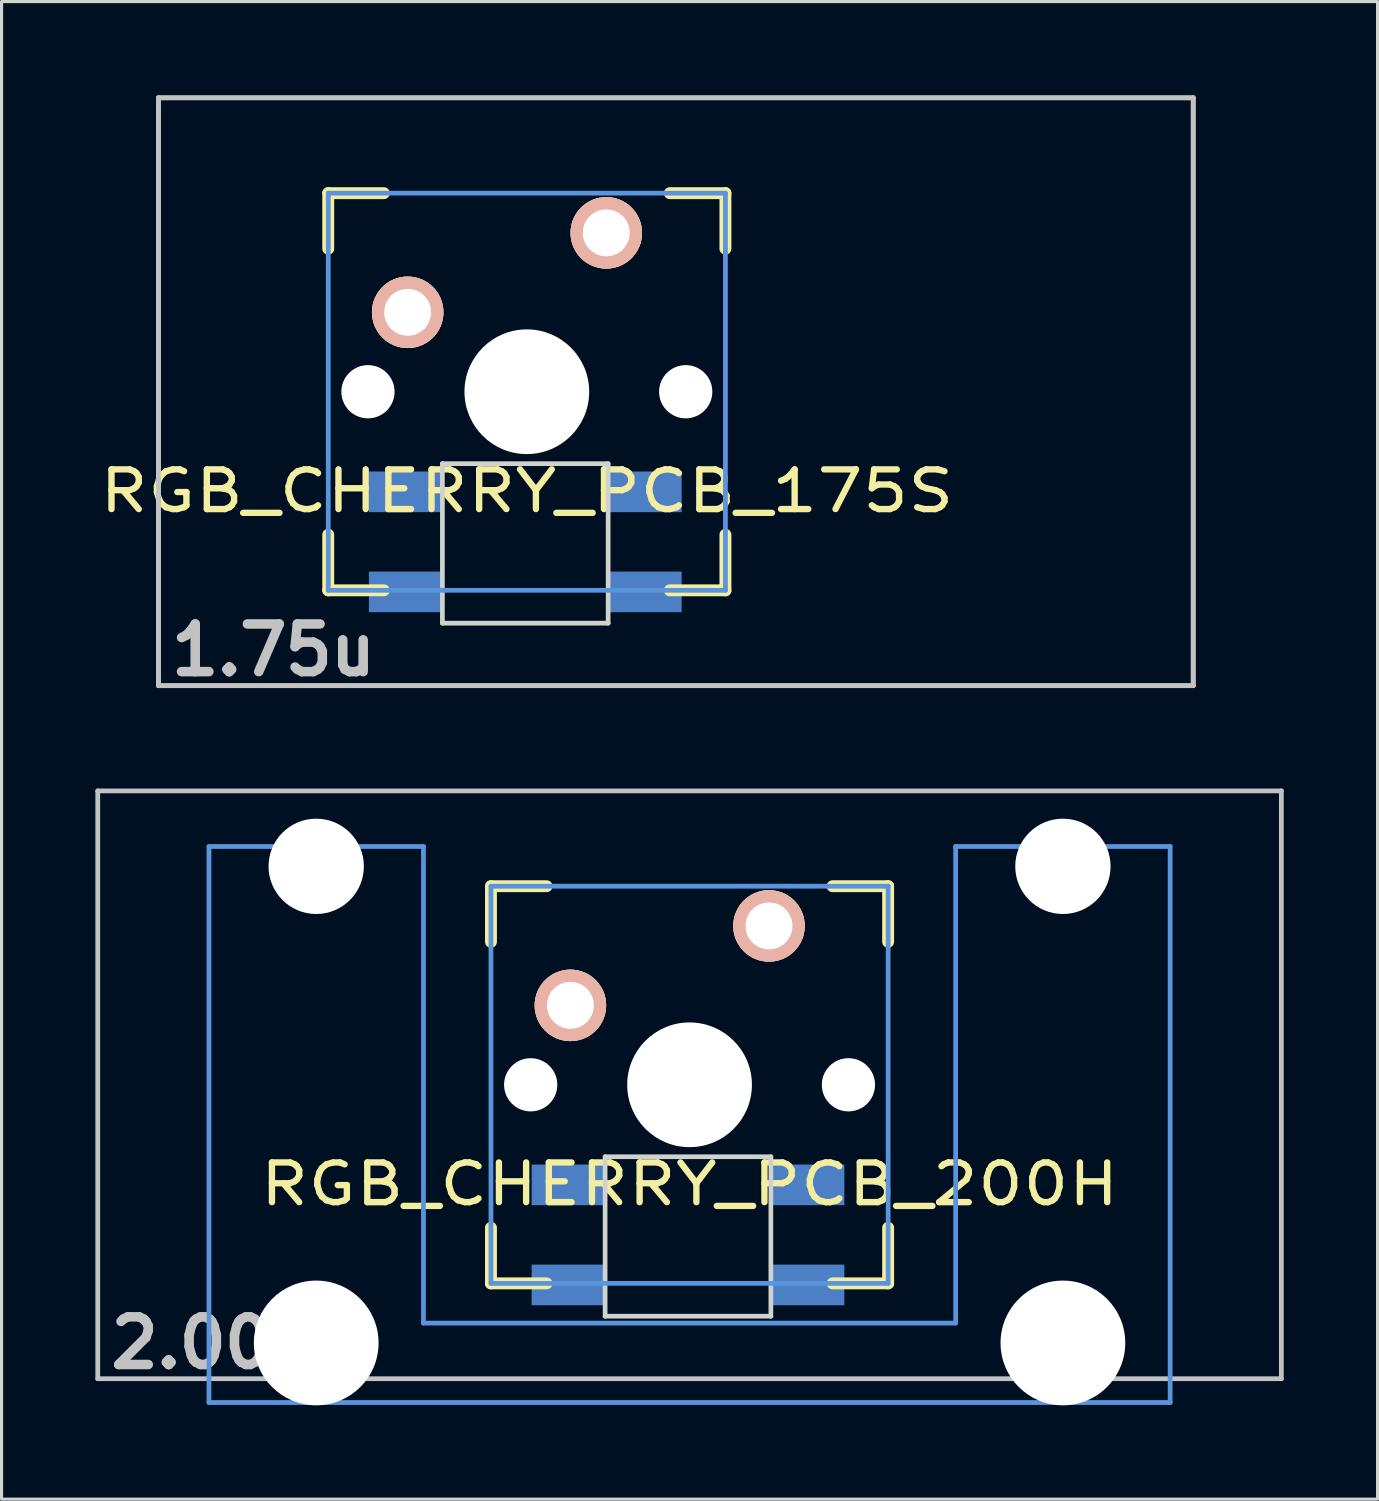
<source format=kicad_pcb>
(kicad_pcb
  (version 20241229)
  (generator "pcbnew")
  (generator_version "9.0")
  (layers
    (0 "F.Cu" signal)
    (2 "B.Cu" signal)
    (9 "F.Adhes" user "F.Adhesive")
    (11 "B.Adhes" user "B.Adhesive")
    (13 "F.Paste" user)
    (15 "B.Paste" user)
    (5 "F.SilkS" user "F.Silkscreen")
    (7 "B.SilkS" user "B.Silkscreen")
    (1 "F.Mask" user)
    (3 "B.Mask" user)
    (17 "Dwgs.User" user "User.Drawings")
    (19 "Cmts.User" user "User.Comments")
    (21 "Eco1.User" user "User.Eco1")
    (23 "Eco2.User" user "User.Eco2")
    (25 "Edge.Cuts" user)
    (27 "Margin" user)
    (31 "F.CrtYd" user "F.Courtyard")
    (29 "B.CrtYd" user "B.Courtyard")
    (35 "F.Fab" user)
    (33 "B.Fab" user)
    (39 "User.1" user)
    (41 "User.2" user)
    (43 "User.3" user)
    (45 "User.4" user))
  (footprint "RGB_CHERRY_PCB_200H"
    (layer "F.Cu")
    (at 18.999 31.637)
    (property "Reference" "RGB_CHERRY_PCB_200H" (at 0 3.175 0) (layer "F.SilkS") (effects (font (size 1.27 1.524) (thickness 0.203))))
    (attr through_hole)
    (fp_line (start -6.35 -6.35) (end -4.572 -6.35) (stroke (width 0.381) (type solid)) (layer "F.SilkS"))
    (fp_line (start -6.35 -4.572) (end -6.35 -6.35) (stroke (width 0.381) (type solid)) (layer "F.SilkS"))
    (fp_line (start -6.35 6.35) (end -6.35 4.572) (stroke (width 0.381) (type solid)) (layer "F.SilkS"))
    (fp_line (start -4.572 6.35) (end -6.35 6.35) (stroke (width 0.381) (type solid)) (layer "F.SilkS"))
    (fp_line (start 4.572 -6.35) (end 6.35 -6.35) (stroke (width 0.381) (type solid)) (layer "F.SilkS"))
    (fp_line (start 6.35 -6.35) (end 6.35 -4.572) (stroke (width 0.381) (type solid)) (layer "F.SilkS"))
    (fp_line (start 6.35 4.572) (end 6.35 6.35) (stroke (width 0.381) (type solid)) (layer "F.SilkS"))
    (fp_line (start 6.35 6.35) (end 4.572 6.35) (stroke (width 0.381) (type solid)) (layer "F.SilkS"))
    (fp_line (start -18.923 -9.398) (end 18.923 -9.398) (stroke (width 0.152) (type solid)) (layer "Dwgs.User"))
    (fp_line (start -18.923 9.398) (end -18.923 -9.398) (stroke (width 0.152) (type solid)) (layer "Dwgs.User"))
    (fp_line (start 18.923 -9.398) (end 18.923 9.398) (stroke (width 0.152) (type solid)) (layer "Dwgs.User"))
    (fp_line (start 18.923 9.398) (end -18.923 9.398) (stroke (width 0.152) (type solid)) (layer "Dwgs.User"))
    (fp_line (start -15.367 -7.62) (end -15.367 10.16) (stroke (width 0.152) (type solid)) (layer "Cmts.User"))
    (fp_line (start -15.367 10.16) (end 15.367 10.16) (stroke (width 0.152) (type solid)) (layer "Cmts.User"))
    (fp_line (start -8.509 -7.62) (end -15.367 -7.62) (stroke (width 0.152) (type solid)) (layer "Cmts.User"))
    (fp_line (start -8.509 7.62) (end -8.509 -7.62) (stroke (width 0.152) (type solid)) (layer "Cmts.User"))
    (fp_line (start -6.35 -6.35) (end 6.35 -6.35) (stroke (width 0.152) (type solid)) (layer "Cmts.User"))
    (fp_line (start -6.35 6.35) (end -6.35 -6.35) (stroke (width 0.152) (type solid)) (layer "Cmts.User"))
    (fp_line (start 6.35 -6.35) (end 6.35 6.35) (stroke (width 0.152) (type solid)) (layer "Cmts.User"))
    (fp_line (start 6.35 6.35) (end -6.35 6.35) (stroke (width 0.152) (type solid)) (layer "Cmts.User"))
    (fp_line (start 8.509 -7.62) (end 8.509 7.62) (stroke (width 0.152) (type solid)) (layer "Cmts.User"))
    (fp_line (start 8.509 7.62) (end -8.509 7.62) (stroke (width 0.152) (type solid)) (layer "Cmts.User"))
    (fp_line (start 15.367 -7.62) (end 8.509 -7.62) (stroke (width 0.152) (type solid)) (layer "Cmts.User"))
    (fp_line (start 15.367 10.16) (end 15.367 -7.62) (stroke (width 0.152) (type solid)) (layer "Cmts.User"))
    (fp_line (start -16.129 -2.286) (end -15.265 -2.286) (stroke (width 0.152) (type solid)) (layer "Eco2.User"))
    (fp_line (start -16.129 0.508) (end -16.129 -2.286) (stroke (width 0.152) (type solid)) (layer "Eco2.User"))
    (fp_line (start -15.265 -5.69) (end -8.611 -5.69) (stroke (width 0.152) (type solid)) (layer "Eco2.User"))
    (fp_line (start -15.265 -2.286) (end -15.265 -5.69) (stroke (width 0.152) (type solid)) (layer "Eco2.User"))
    (fp_line (start -15.265 0.508) (end -16.129 0.508) (stroke (width 0.152) (type solid)) (layer "Eco2.User"))
    (fp_line (start -15.265 6.604) (end -15.265 0.508) (stroke (width 0.152) (type solid)) (layer "Eco2.User"))
    (fp_line (start -14.224 6.604) (end -15.265 6.604) (stroke (width 0.152) (type solid)) (layer "Eco2.User"))
    (fp_line (start -14.224 7.772) (end -14.224 6.604) (stroke (width 0.152) (type solid)) (layer "Eco2.User"))
    (fp_line (start -9.652 6.604) (end -9.652 7.772) (stroke (width 0.152) (type solid)) (layer "Eco2.User"))
    (fp_line (start -9.652 7.772) (end -14.224 7.772) (stroke (width 0.152) (type solid)) (layer "Eco2.User"))
    (fp_line (start -8.611 -5.69) (end -8.611 -4.877) (stroke (width 0.152) (type solid)) (layer "Eco2.User"))
    (fp_line (start -8.611 -4.877) (end -6.985 -4.877) (stroke (width 0.152) (type solid)) (layer "Eco2.User"))
    (fp_line (start -8.611 5.817) (end -8.611 6.604) (stroke (width 0.152) (type solid)) (layer "Eco2.User"))
    (fp_line (start -8.611 6.604) (end -9.652 6.604) (stroke (width 0.152) (type solid)) (layer "Eco2.User"))
    (fp_line (start -6.985 -6.985) (end 6.985 -6.985) (stroke (width 0.152) (type solid)) (layer "Eco2.User"))
    (fp_line (start -6.985 -4.877) (end -6.985 -6.985) (stroke (width 0.152) (type solid)) (layer "Eco2.User"))
    (fp_line (start -6.985 5.817) (end -8.611 5.817) (stroke (width 0.152) (type solid)) (layer "Eco2.User"))
    (fp_line (start -6.985 6.985) (end -6.985 5.817) (stroke (width 0.152) (type solid)) (layer "Eco2.User"))
    (fp_line (start 6.985 -6.985) (end 6.985 -4.877) (stroke (width 0.152) (type solid)) (layer "Eco2.User"))
    (fp_line (start 6.985 -4.877) (end 8.611 -4.877) (stroke (width 0.152) (type solid)) (layer "Eco2.User"))
    (fp_line (start 6.985 5.817) (end 6.985 6.985) (stroke (width 0.152) (type solid)) (layer "Eco2.User"))
    (fp_line (start 6.985 6.985) (end -6.985 6.985) (stroke (width 0.152) (type solid)) (layer "Eco2.User"))
    (fp_line (start 8.611 -5.69) (end 15.265 -5.69) (stroke (width 0.152) (type solid)) (layer "Eco2.User"))
    (fp_line (start 8.611 -4.877) (end 8.611 -5.69) (stroke (width 0.152) (type solid)) (layer "Eco2.User"))
    (fp_line (start 8.611 5.817) (end 6.985 5.817) (stroke (width 0.152) (type solid)) (layer "Eco2.User"))
    (fp_line (start 8.611 6.604) (end 8.611 5.817) (stroke (width 0.152) (type solid)) (layer "Eco2.User"))
    (fp_line (start 9.652 6.604) (end 8.611 6.604) (stroke (width 0.152) (type solid)) (layer "Eco2.User"))
    (fp_line (start 9.652 7.772) (end 9.652 6.604) (stroke (width 0.152) (type solid)) (layer "Eco2.User"))
    (fp_line (start 14.224 6.604) (end 14.224 7.772) (stroke (width 0.152) (type solid)) (layer "Eco2.User"))
    (fp_line (start 14.224 7.772) (end 9.652 7.772) (stroke (width 0.152) (type solid)) (layer "Eco2.User"))
    (fp_line (start 15.265 -5.69) (end 15.265 -2.286) (stroke (width 0.152) (type solid)) (layer "Eco2.User"))
    (fp_line (start 15.265 -2.286) (end 16.129 -2.286) (stroke (width 0.152) (type solid)) (layer "Eco2.User"))
    (fp_line (start 15.265 0.508) (end 15.265 6.604) (stroke (width 0.152) (type solid)) (layer "Eco2.User"))
    (fp_line (start 15.265 6.604) (end 14.224 6.604) (stroke (width 0.152) (type solid)) (layer "Eco2.User"))
    (fp_line (start 16.129 -2.286) (end 16.129 0.508) (stroke (width 0.152) (type solid)) (layer "Eco2.User"))
    (fp_line (start 16.129 0.508) (end 15.265 0.508) (stroke (width 0.152) (type solid)) (layer "Eco2.User"))
    (fp_line (start -2.7 2.3) (end -2.7 7.4) (stroke (width 0.15) (type solid)) (layer "Edge.Cuts"))
    (fp_line (start -2.7 2.3) (end 2.6 2.3) (stroke (width 0.15) (type solid)) (layer "Edge.Cuts"))
    (fp_line (start 2.6 2.3) (end 2.6 7.4) (stroke (width 0.15) (type solid)) (layer "Edge.Cuts"))
    (fp_line (start 2.6 7.4) (end -2.7 7.4) (stroke (width 0.15) (type solid)) (layer "Edge.Cuts"))
    (fp_text user "2.00u" (at -15.24 8.255 0) (layer "Dwgs.User") (effects (font (size 1.524 1.524) (thickness 0.305))))
    (pad "" np_thru_hole circle (at -11.938 -6.985) (size 3.048 3.048) (drill 3.048) (layers "*.Cu"))
    (pad "" np_thru_hole circle (at -11.938 8.255) (size 3.988 3.988) (drill 3.988) (layers "*.Cu"))
    (pad "" np_thru_hole circle (at -5.08 0) (size 1.702 1.702) (drill 1.702) (layers "*.Cu"))
    (pad "" np_thru_hole circle (at 0 0) (size 3.988 3.988) (drill 3.988) (layers "*.Cu"))
    (pad "" np_thru_hole circle (at 5.08 0) (size 1.702 1.702) (drill 1.702) (layers "*.Cu"))
    (pad "" np_thru_hole circle (at 11.938 -6.985) (size 3.048 3.048) (drill 3.048) (layers "*.Cu"))
    (pad "" np_thru_hole circle (at 11.938 8.255) (size 3.988 3.988) (drill 3.988) (layers "*.Cu"))
    (pad "1" thru_hole circle (at 2.54 -5.08) (size 2.286 2.286) (drill 1.499) (layers "*.Cu" "*.SilkS" "*.Mask"))
    (pad "2" thru_hole circle (at -3.81 -2.54) (size 2.286 2.286) (drill 1.499) (layers "*.Cu" "*.SilkS" "*.Mask"))
    (pad "3" smd rect (at -2.8 3.2) (size 2.3 1.3) (drill (offset -1.1 0)) (layers "B.Cu" "B.Mask" "B.Paste"))
    (pad "4" smd rect (at -2.8 6.4) (size 2.3 1.3) (drill (offset -1.1 0)) (layers "B.Cu" "B.Mask" "B.Paste"))
    (pad "5" smd rect (at 2.7 6.4) (size 2.3 1.3) (drill (offset 1.1 0)) (layers "B.Cu" "B.Mask" "B.Paste"))
    (pad "6" smd rect (at 2.7 3.2) (size 2.3 1.3) (drill (offset 1.1 0)) (layers "B.Cu" "B.Mask" "B.Paste")))
  (footprint "RGB_CHERRY_PCB_175S"
    (layer "F.Cu")
    (at 13.796 9.476)
    (property "Reference" "RGB_CHERRY_PCB_175S" (at 0 3.175 0) (layer "F.SilkS") (effects (font (size 1.27 1.524) (thickness 0.203))))
    (attr through_hole)
    (fp_line (start -6.35 -6.35) (end -4.572 -6.35) (stroke (width 0.381) (type solid)) (layer "F.SilkS"))
    (fp_line (start -6.35 -4.572) (end -6.35 -6.35) (stroke (width 0.381) (type solid)) (layer "F.SilkS"))
    (fp_line (start -6.35 6.35) (end -6.35 4.572) (stroke (width 0.381) (type solid)) (layer "F.SilkS"))
    (fp_line (start -4.572 6.35) (end -6.35 6.35) (stroke (width 0.381) (type solid)) (layer "F.SilkS"))
    (fp_line (start 4.572 -6.35) (end 6.35 -6.35) (stroke (width 0.381) (type solid)) (layer "F.SilkS"))
    (fp_line (start 6.35 -6.35) (end 6.35 -4.572) (stroke (width 0.381) (type solid)) (layer "F.SilkS"))
    (fp_line (start 6.35 4.572) (end 6.35 6.35) (stroke (width 0.381) (type solid)) (layer "F.SilkS"))
    (fp_line (start 6.35 6.35) (end 4.572 6.35) (stroke (width 0.381) (type solid)) (layer "F.SilkS"))
    (fp_line (start -11.78 -9.4) (end 21.31 -9.4) (stroke (width 0.152) (type solid)) (layer "Dwgs.User"))
    (fp_line (start -11.78 9.4) (end -11.78 -9.4) (stroke (width 0.152) (type solid)) (layer "Dwgs.User"))
    (fp_line (start -11.779 -9.398) (end 21.307 -9.398) (stroke (width 0.152) (type solid)) (layer "Dwgs.User"))
    (fp_line (start -11.779 9.398) (end -11.779 -9.398) (stroke (width 0.152) (type solid)) (layer "Dwgs.User"))
    (fp_line (start 21.307 -9.398) (end 21.307 9.398) (stroke (width 0.152) (type solid)) (layer "Dwgs.User"))
    (fp_line (start 21.307 9.398) (end -11.779 9.398) (stroke (width 0.152) (type solid)) (layer "Dwgs.User"))
    (fp_line (start 21.31 -9.4) (end 21.31 9.4) (stroke (width 0.152) (type solid)) (layer "Dwgs.User"))
    (fp_line (start 21.31 9.4) (end -11.78 9.4) (stroke (width 0.152) (type solid)) (layer "Dwgs.User"))
    (fp_line (start -6.35 -6.35) (end 6.35 -6.35) (stroke (width 0.152) (type solid)) (layer "Cmts.User"))
    (fp_line (start -6.35 6.35) (end -6.35 -6.35) (stroke (width 0.152) (type solid)) (layer "Cmts.User"))
    (fp_line (start 6.35 -6.35) (end 6.35 6.35) (stroke (width 0.152) (type solid)) (layer "Cmts.User"))
    (fp_line (start 6.35 6.35) (end -6.35 6.35) (stroke (width 0.152) (type solid)) (layer "Cmts.User"))
    (fp_line (start -6.985 -6.985) (end 6.985 -6.985) (stroke (width 0.152) (type solid)) (layer "Eco2.User"))
    (fp_line (start -6.985 6.985) (end -6.985 -6.985) (stroke (width 0.152) (type solid)) (layer "Eco2.User"))
    (fp_line (start 6.985 -6.985) (end 6.985 6.985) (stroke (width 0.152) (type solid)) (layer "Eco2.User"))
    (fp_line (start 6.985 6.985) (end -6.985 6.985) (stroke (width 0.152) (type solid)) (layer "Eco2.User"))
    (fp_line (start -2.7 2.3) (end -2.7 7.4) (stroke (width 0.15) (type solid)) (layer "Edge.Cuts"))
    (fp_line (start -2.7 2.3) (end 2.6 2.3) (stroke (width 0.15) (type solid)) (layer "Edge.Cuts"))
    (fp_line (start 2.6 2.3) (end 2.6 7.4) (stroke (width 0.15) (type solid)) (layer "Edge.Cuts"))
    (fp_line (start 2.6 7.4) (end -2.7 7.4) (stroke (width 0.15) (type solid)) (layer "Edge.Cuts"))
    (fp_text user "1.75u" (at -8.1 8.26 0) (layer "Dwgs.User") (effects (font (size 1.524 1.524) (thickness 0.305))))
    (pad "" np_thru_hole circle (at -5.08 0) (size 1.702 1.702) (drill 1.702) (layers "*.Cu"))
    (pad "" np_thru_hole circle (at 0 0) (size 3.988 3.988) (drill 3.988) (layers "*.Cu"))
    (pad "" np_thru_hole circle (at 5.08 0) (size 1.702 1.702) (drill 1.702) (layers "*.Cu"))
    (pad "1" thru_hole circle (at 2.54 -5.08) (size 2.286 2.286) (drill 1.499) (layers "*.Cu" "*.SilkS" "*.Mask"))
    (pad "2" thru_hole circle (at -3.81 -2.54) (size 2.286 2.286) (drill 1.499) (layers "*.Cu" "*.SilkS" "*.Mask"))
    (pad "3" smd rect (at -2.8 3.2) (size 2.3 1.3) (drill (offset -1.1 0)) (layers "B.Cu" "B.Mask" "B.Paste"))
    (pad "4" smd rect (at -2.8 6.4) (size 2.3 1.3) (drill (offset -1.1 0)) (layers "B.Cu" "B.Mask" "B.Paste"))
    (pad "5" smd rect (at 2.7 6.4) (size 2.3 1.3) (drill (offset 1.1 0)) (layers "B.Cu" "B.Mask" "B.Paste"))
    (pad "6" smd rect (at 2.7 3.2) (size 2.3 1.3) (drill (offset 1.1 0)) (layers "B.Cu" "B.Mask" "B.Paste")))
  (gr_rect
    (start -3 -3)
    (end 40.998 44.886)
    (stroke (width 0.1) (type default))
    (fill no)
    (layer "Edge.Cuts")))
</source>
